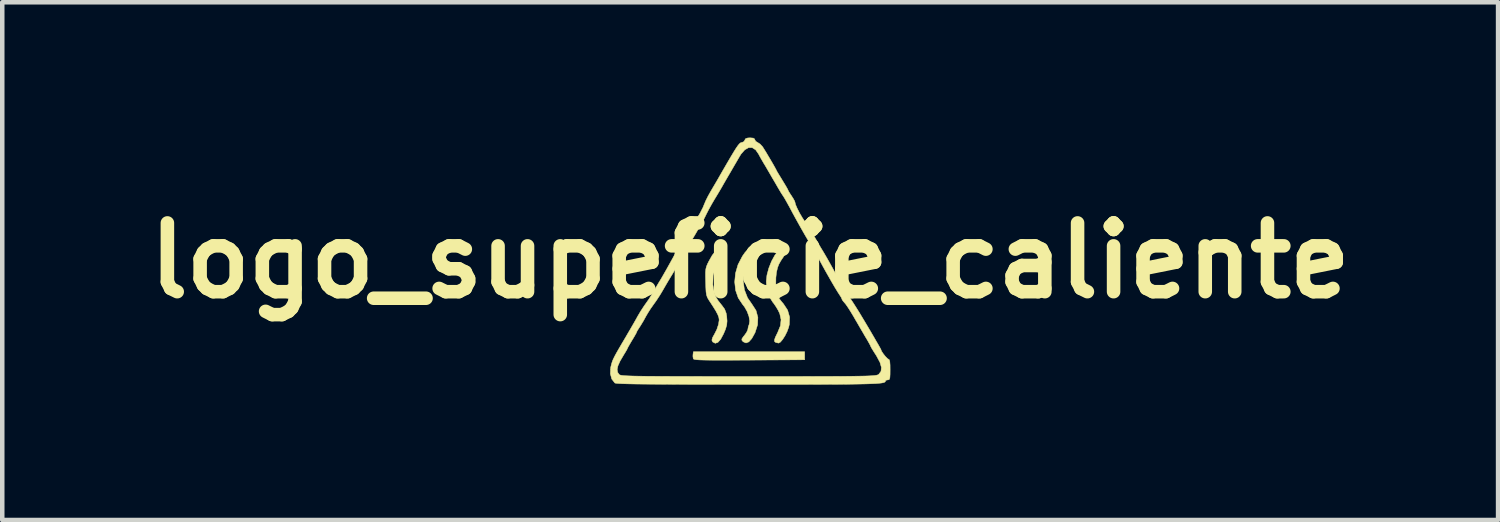
<source format=kicad_pcb>
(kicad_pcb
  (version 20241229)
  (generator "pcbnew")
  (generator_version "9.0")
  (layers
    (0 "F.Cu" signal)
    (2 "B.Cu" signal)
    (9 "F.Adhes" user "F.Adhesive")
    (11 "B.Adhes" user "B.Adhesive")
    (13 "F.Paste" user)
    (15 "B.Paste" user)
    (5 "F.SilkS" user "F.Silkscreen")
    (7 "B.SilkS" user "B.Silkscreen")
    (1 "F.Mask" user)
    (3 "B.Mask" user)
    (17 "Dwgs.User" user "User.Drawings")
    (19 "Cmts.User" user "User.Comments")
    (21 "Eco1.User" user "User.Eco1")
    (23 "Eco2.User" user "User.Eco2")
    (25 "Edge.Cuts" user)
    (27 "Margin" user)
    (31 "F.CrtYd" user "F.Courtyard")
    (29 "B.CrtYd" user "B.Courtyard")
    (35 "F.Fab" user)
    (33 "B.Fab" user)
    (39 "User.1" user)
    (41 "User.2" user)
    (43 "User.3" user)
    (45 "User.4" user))
  (footprint "logo_supeficie_caliente"
    (layer "F.Cu")
    (at 13.578 2.726)
    (property "Reference" "logo_supeficie_caliente" (at 0 0 0) (layer "F.SilkS") (effects (font (size 1.524 1.524) (thickness 0.3))))
    (attr through_hole)
    (fp_poly (pts (xy 1.208 2.199) (xy -0.02 2.206) (xy -0.306 2.207) (xy -0.545 2.208) (xy -0.742 2.208) (xy -0.9 2.207) (xy -1.023 2.205) (xy -1.116 2.202) (xy -1.182 2.198) (xy -1.225 2.192) (xy -1.25 2.185) (xy -1.261 2.177) (xy -1.261 2.176) (xy -1.269 2.122) (xy -1.267 2.08) (xy -1.259 2.021) (xy 1.208 2.021) (xy 1.208 2.199)) (stroke (width 0.01) (type solid)) (fill yes) (layer "F.SilkS"))
    (fp_poly (pts (xy 0.087 -0.241) (xy 0.099 -0.202) (xy 0.07 -0.136) (xy 0.038 -0.091) (xy -0.018 0.002) (xy -0.072 0.125) (xy -0.116 0.257) (xy -0.145 0.381) (xy -0.153 0.456) (xy -0.128 0.646) (xy -0.058 0.826) (xy 0.041 0.969) (xy 0.13 1.107) (xy 0.171 1.26) (xy 0.164 1.424) (xy 0.109 1.595) (xy 0.104 1.605) (xy 0.036 1.728) (xy -0.03 1.802) (xy -0.092 1.826) (xy -0.152 1.801) (xy -0.164 1.79) (xy -0.185 1.762) (xy -0.182 1.732) (xy -0.15 1.685) (xy -0.127 1.658) (xy -0.081 1.593) (xy -0.054 1.538) (xy -0.051 1.521) (xy -0.041 1.465) (xy -0.022 1.413) (xy -0.011 1.337) (xy -0.027 1.238) (xy -0.067 1.129) (xy -0.126 1.025) (xy -0.167 0.973) (xy -0.264 0.828) (xy -0.323 0.659) (xy -0.343 0.474) (xy -0.325 0.281) (xy -0.269 0.089) (xy -0.174 -0.094) (xy -0.169 -0.102) (xy -0.113 -0.182) (xy -0.07 -0.227) (xy -0.029 -0.248) (xy 0.024 -0.254) (xy 0.032 -0.254) (xy 0.087 -0.241)) (stroke (width 0.01) (type solid)) (fill yes) (layer "F.SilkS"))
    (fp_poly (pts (xy -0.596 -0.242) (xy -0.59 -0.197) (xy -0.62 -0.127) (xy -0.657 -0.068) (xy -0.763 0.128) (xy -0.82 0.329) (xy -0.827 0.531) (xy -0.813 0.625) (xy -0.788 0.729) (xy -0.759 0.808) (xy -0.715 0.881) (xy -0.648 0.967) (xy -0.631 0.987) (xy -0.566 1.076) (xy -0.532 1.166) (xy -0.52 1.234) (xy -0.512 1.34) (xy -0.52 1.43) (xy -0.548 1.525) (xy -0.59 1.624) (xy -0.654 1.744) (xy -0.715 1.813) (xy -0.774 1.833) (xy -0.83 1.804) (xy -0.832 1.802) (xy -0.849 1.763) (xy -0.833 1.705) (xy -0.79 1.628) (xy -0.739 1.527) (xy -0.702 1.415) (xy -0.687 1.317) (xy -0.687 1.317) (xy -0.694 1.264) (xy -0.717 1.2) (xy -0.761 1.116) (xy -0.831 1.004) (xy -0.882 0.926) (xy -0.923 0.863) (xy -0.951 0.812) (xy -0.968 0.759) (xy -0.978 0.694) (xy -0.983 0.603) (xy -0.987 0.477) (xy -0.99 0.348) (xy -0.99 0.256) (xy -0.983 0.188) (xy -0.969 0.131) (xy -0.945 0.073) (xy -0.916 0.015) (xy -0.841 -0.118) (xy -0.767 -0.211) (xy -0.697 -0.262) (xy -0.638 -0.268) (xy -0.596 -0.242)) (stroke (width 0.01) (type solid)) (fill yes) (layer "F.SilkS"))
    (fp_poly (pts (xy 0.753 -0.266) (xy 0.783 -0.245) (xy 0.803 -0.218) (xy 0.801 -0.186) (xy 0.773 -0.136) (xy 0.748 -0.099) (xy 0.681 0.001) (xy 0.637 0.08) (xy 0.608 0.154) (xy 0.587 0.243) (xy 0.582 0.271) (xy 0.57 0.38) (xy 0.569 0.506) (xy 0.577 0.629) (xy 0.595 0.735) (xy 0.617 0.801) (xy 0.648 0.849) (xy 0.7 0.915) (xy 0.737 0.958) (xy 0.83 1.099) (xy 0.874 1.252) (xy 0.868 1.414) (xy 0.853 1.479) (xy 0.818 1.574) (xy 0.771 1.668) (xy 0.719 1.749) (xy 0.67 1.807) (xy 0.631 1.829) (xy 0.629 1.829) (xy 0.576 1.817) (xy 0.566 1.814) (xy 0.541 1.795) (xy 0.538 1.76) (xy 0.558 1.7) (xy 0.603 1.607) (xy 0.61 1.593) (xy 0.67 1.445) (xy 0.685 1.31) (xy 0.656 1.178) (xy 0.62 1.101) (xy 0.571 1.019) (xy 0.522 0.948) (xy 0.5 0.921) (xy 0.454 0.848) (xy 0.411 0.742) (xy 0.378 0.622) (xy 0.359 0.505) (xy 0.357 0.458) (xy 0.372 0.322) (xy 0.413 0.168) (xy 0.474 0.014) (xy 0.547 -0.119) (xy 0.624 -0.218) (xy 0.693 -0.267) (xy 0.753 -0.266)) (stroke (width 0.01) (type solid)) (fill yes) (layer "F.SilkS"))
    (fp_poly (pts (xy 0.069 -2.715) (xy 0.099 -2.695) (xy 0.102 -2.682) (xy 0.123 -2.644) (xy 0.162 -2.62) (xy 0.22 -2.583) (xy 0.273 -2.526) (xy 0.274 -2.525) (xy 0.302 -2.481) (xy 0.346 -2.41) (xy 0.399 -2.321) (xy 0.455 -2.227) (xy 0.508 -2.136) (xy 0.551 -2.06) (xy 0.578 -2.009) (xy 0.585 -1.994) (xy 0.597 -1.971) (xy 0.631 -1.915) (xy 0.68 -1.835) (xy 0.712 -1.782) (xy 0.767 -1.692) (xy 0.81 -1.619) (xy 0.835 -1.573) (xy 0.839 -1.562) (xy 0.852 -1.535) (xy 0.886 -1.48) (xy 0.915 -1.437) (xy 0.958 -1.369) (xy 0.986 -1.317) (xy 0.992 -1.299) (xy 1.005 -1.244) (xy 1.041 -1.16) (xy 1.092 -1.059) (xy 1.153 -0.954) (xy 1.216 -0.858) (xy 1.236 -0.83) (xy 1.303 -0.735) (xy 1.366 -0.638) (xy 1.41 -0.559) (xy 1.452 -0.48) (xy 1.51 -0.379) (xy 1.571 -0.276) (xy 1.575 -0.27) (xy 1.636 -0.169) (xy 1.709 -0.043) (xy 1.782 0.087) (xy 1.817 0.15) (xy 1.906 0.313) (xy 1.976 0.439) (xy 2.031 0.537) (xy 2.077 0.615) (xy 2.117 0.681) (xy 2.156 0.743) (xy 2.2 0.81) (xy 2.209 0.824) (xy 2.279 0.93) (xy 2.351 1.043) (xy 2.411 1.139) (xy 2.413 1.142) (xy 2.485 1.262) (xy 2.563 1.392) (xy 2.642 1.525) (xy 2.717 1.653) (xy 2.784 1.769) (xy 2.84 1.865) (xy 2.879 1.934) (xy 2.898 1.969) (xy 2.898 1.972) (xy 2.913 2.009) (xy 2.95 2.065) (xy 2.996 2.123) (xy 3.04 2.169) (xy 3.067 2.187) (xy 3.084 2.199) (xy 3.095 2.239) (xy 3.101 2.317) (xy 3.102 2.415) (xy 3.101 2.524) (xy 3.097 2.592) (xy 3.088 2.628) (xy 3.071 2.642) (xy 3.051 2.644) (xy 3.01 2.653) (xy 3 2.666) (xy 2.998 2.678) (xy 2.991 2.688) (xy 2.976 2.698) (xy 2.949 2.707) (xy 2.909 2.714) (xy 2.853 2.72) (xy 2.779 2.726) (xy 2.682 2.73) (xy 2.562 2.734) (xy 2.415 2.737) (xy 2.238 2.74) (xy 2.029 2.742) (xy 1.785 2.743) (xy 1.504 2.744) (xy 1.182 2.745) (xy 0.818 2.745) (xy 0.408 2.745) (xy -0.046 2.745) (xy -0.513 2.745) (xy -0.932 2.744) (xy -1.304 2.744) (xy -1.633 2.743) (xy -1.92 2.741) (xy -2.167 2.74) (xy -2.377 2.738) (xy -2.553 2.736) (xy -2.696 2.733) (xy -2.808 2.73) (xy -2.893 2.726) (xy -2.951 2.722) (xy -2.987 2.717) (xy -3 2.713) (xy -3.068 2.625) (xy -3.099 2.509) (xy -3.095 2.413) (xy -2.948 2.413) (xy -2.937 2.477) (xy -2.907 2.521) (xy -2.899 2.529) (xy -2.886 2.535) (xy -2.867 2.541) (xy -2.837 2.546) (xy -2.794 2.55) (xy -2.735 2.554) (xy -2.658 2.557) (xy -2.56 2.56) (xy -2.437 2.562) (xy -2.287 2.564) (xy -2.108 2.565) (xy -1.896 2.566) (xy -1.649 2.567) (xy -1.363 2.567) (xy -1.036 2.568) (xy -0.665 2.568) (xy -0.248 2.568) (xy -0.037 2.568) (xy 0.403 2.568) (xy 0.795 2.568) (xy 1.142 2.568) (xy 1.446 2.567) (xy 1.711 2.567) (xy 1.939 2.566) (xy 2.134 2.565) (xy 2.297 2.563) (xy 2.432 2.561) (xy 2.542 2.559) (xy 2.63 2.556) (xy 2.698 2.552) (xy 2.749 2.548) (xy 2.787 2.543) (xy 2.813 2.538) (xy 2.831 2.532) (xy 2.844 2.525) (xy 2.851 2.52) (xy 2.9 2.454) (xy 2.909 2.368) (xy 2.878 2.258) (xy 2.806 2.123) (xy 2.788 2.093) (xy 2.734 2.009) (xy 2.693 1.942) (xy 2.672 1.903) (xy 2.67 1.897) (xy 2.658 1.87) (xy 2.626 1.812) (xy 2.59 1.749) (xy 2.54 1.666) (xy 2.497 1.591) (xy 2.452 1.515) (xy 2.399 1.423) (xy 2.33 1.305) (xy 2.289 1.233) (xy 2.226 1.129) (xy 2.166 1.035) (xy 2.117 0.965) (xy 2.095 0.939) (xy 2.054 0.891) (xy 2.034 0.857) (xy 2.034 0.854) (xy 2.021 0.821) (xy 1.988 0.769) (xy 1.986 0.767) (xy 1.946 0.705) (xy 1.887 0.609) (xy 1.817 0.49) (xy 1.742 0.359) (xy 1.667 0.227) (xy 1.599 0.103) (xy 1.578 0.064) (xy 1.529 -0.026) (xy 1.461 -0.145) (xy 1.384 -0.279) (xy 1.306 -0.412) (xy 1.294 -0.432) (xy 1.206 -0.582) (xy 1.11 -0.751) (xy 1.017 -0.918) (xy 0.942 -1.055) (xy 0.879 -1.174) (xy 0.82 -1.281) (xy 0.772 -1.366) (xy 0.74 -1.419) (xy 0.737 -1.424) (xy 0.715 -1.456) (xy 0.689 -1.496) (xy 0.656 -1.551) (xy 0.611 -1.627) (xy 0.55 -1.733) (xy 0.467 -1.874) (xy 0.456 -1.894) (xy 0.397 -1.995) (xy 0.34 -2.093) (xy 0.294 -2.169) (xy 0.291 -2.174) (xy 0.243 -2.257) (xy 0.198 -2.338) (xy 0.189 -2.357) (xy 0.122 -2.454) (xy 0.046 -2.503) (xy -0.036 -2.503) (xy -0.12 -2.455) (xy -0.204 -2.359) (xy -0.236 -2.307) (xy -0.277 -2.236) (xy -0.334 -2.138) (xy -0.397 -2.03) (xy -0.424 -1.983) (xy -0.488 -1.874) (xy -0.55 -1.767) (xy -0.6 -1.68) (xy -0.615 -1.653) (xy -0.662 -1.572) (xy -0.722 -1.471) (xy -0.784 -1.369) (xy -0.786 -1.366) (xy -0.851 -1.255) (xy -0.918 -1.134) (xy -0.969 -1.035) (xy -1.011 -0.949) (xy -1.047 -0.879) (xy -1.069 -0.839) (xy -1.092 -0.799) (xy -1.133 -0.729) (xy -1.181 -0.644) (xy -1.186 -0.636) (xy -1.239 -0.545) (xy -1.288 -0.463) (xy -1.323 -0.408) (xy -1.324 -0.407) (xy -1.358 -0.353) (xy -1.406 -0.274) (xy -1.461 -0.181) (xy -1.516 -0.084) (xy -1.566 0.005) (xy -1.604 0.076) (xy -1.625 0.119) (xy -1.627 0.126) (xy -1.64 0.154) (xy -1.673 0.213) (xy -1.72 0.293) (xy -1.736 0.319) (xy -1.805 0.432) (xy -1.878 0.556) (xy -1.938 0.661) (xy -2.004 0.771) (xy -2.082 0.89) (xy -2.141 0.972) (xy -2.208 1.067) (xy -2.272 1.168) (xy -2.313 1.239) (xy -2.365 1.335) (xy -2.425 1.434) (xy -2.446 1.467) (xy -2.487 1.53) (xy -2.513 1.575) (xy -2.517 1.587) (xy -2.529 1.614) (xy -2.562 1.672) (xy -2.609 1.751) (xy -2.619 1.767) (xy -2.667 1.848) (xy -2.703 1.911) (xy -2.72 1.945) (xy -2.721 1.947) (xy -2.733 1.974) (xy -2.766 2.03) (xy -2.804 2.092) (xy -2.884 2.228) (xy -2.931 2.333) (xy -2.948 2.413) (xy -3.095 2.413) (xy -3.093 2.372) (xy -3.073 2.29) (xy -3.06 2.248) (xy -3.046 2.21) (xy -3.027 2.168) (xy -3.001 2.116) (xy -2.964 2.048) (xy -2.912 1.957) (xy -2.842 1.837) (xy -2.749 1.68) (xy -2.734 1.653) (xy -2.661 1.529) (xy -2.59 1.406) (xy -2.529 1.299) (xy -2.486 1.221) (xy -2.485 1.22) (xy -2.424 1.117) (xy -2.352 1.007) (xy -2.314 0.953) (xy -2.247 0.858) (xy -2.18 0.753) (xy -2.148 0.699) (xy -2.092 0.601) (xy -2.032 0.499) (xy -2.007 0.458) (xy -1.968 0.394) (xy -1.917 0.305) (xy -1.858 0.202) (xy -1.797 0.092) (xy -1.738 -0.014) (xy -1.687 -0.107) (xy -1.649 -0.178) (xy -1.629 -0.217) (xy -1.627 -0.222) (xy -1.614 -0.247) (xy -1.581 -0.3) (xy -1.556 -0.339) (xy -1.502 -0.424) (xy -1.452 -0.51) (xy -1.439 -0.536) (xy -1.393 -0.616) (xy -1.336 -0.703) (xy -1.32 -0.727) (xy -1.206 -0.894) (xy -1.112 -1.049) (xy -1.044 -1.182) (xy -1.021 -1.24) (xy -0.985 -1.325) (xy -0.933 -1.429) (xy -0.879 -1.526) (xy -0.824 -1.62) (xy -0.772 -1.708) (xy -0.734 -1.773) (xy -0.734 -1.773) (xy -0.61 -1.989) (xy -0.508 -2.165) (xy -0.426 -2.305) (xy -0.361 -2.413) (xy -0.311 -2.493) (xy -0.272 -2.549) (xy -0.242 -2.586) (xy -0.218 -2.607) (xy -0.198 -2.617) (xy -0.179 -2.619) (xy -0.136 -2.64) (xy -0.12 -2.67) (xy -0.1 -2.704) (xy -0.053 -2.718) (xy -0.002 -2.721) (xy 0.069 -2.715)) (stroke (width 0.01) (type solid)) (fill yes) (layer "F.SilkS")))
  (gr_rect
    (start -3 -3)
    (end 30.156 8.476)
    (stroke (width 0.1) (type default))
    (fill no)
    (layer "Edge.Cuts")))
</source>
